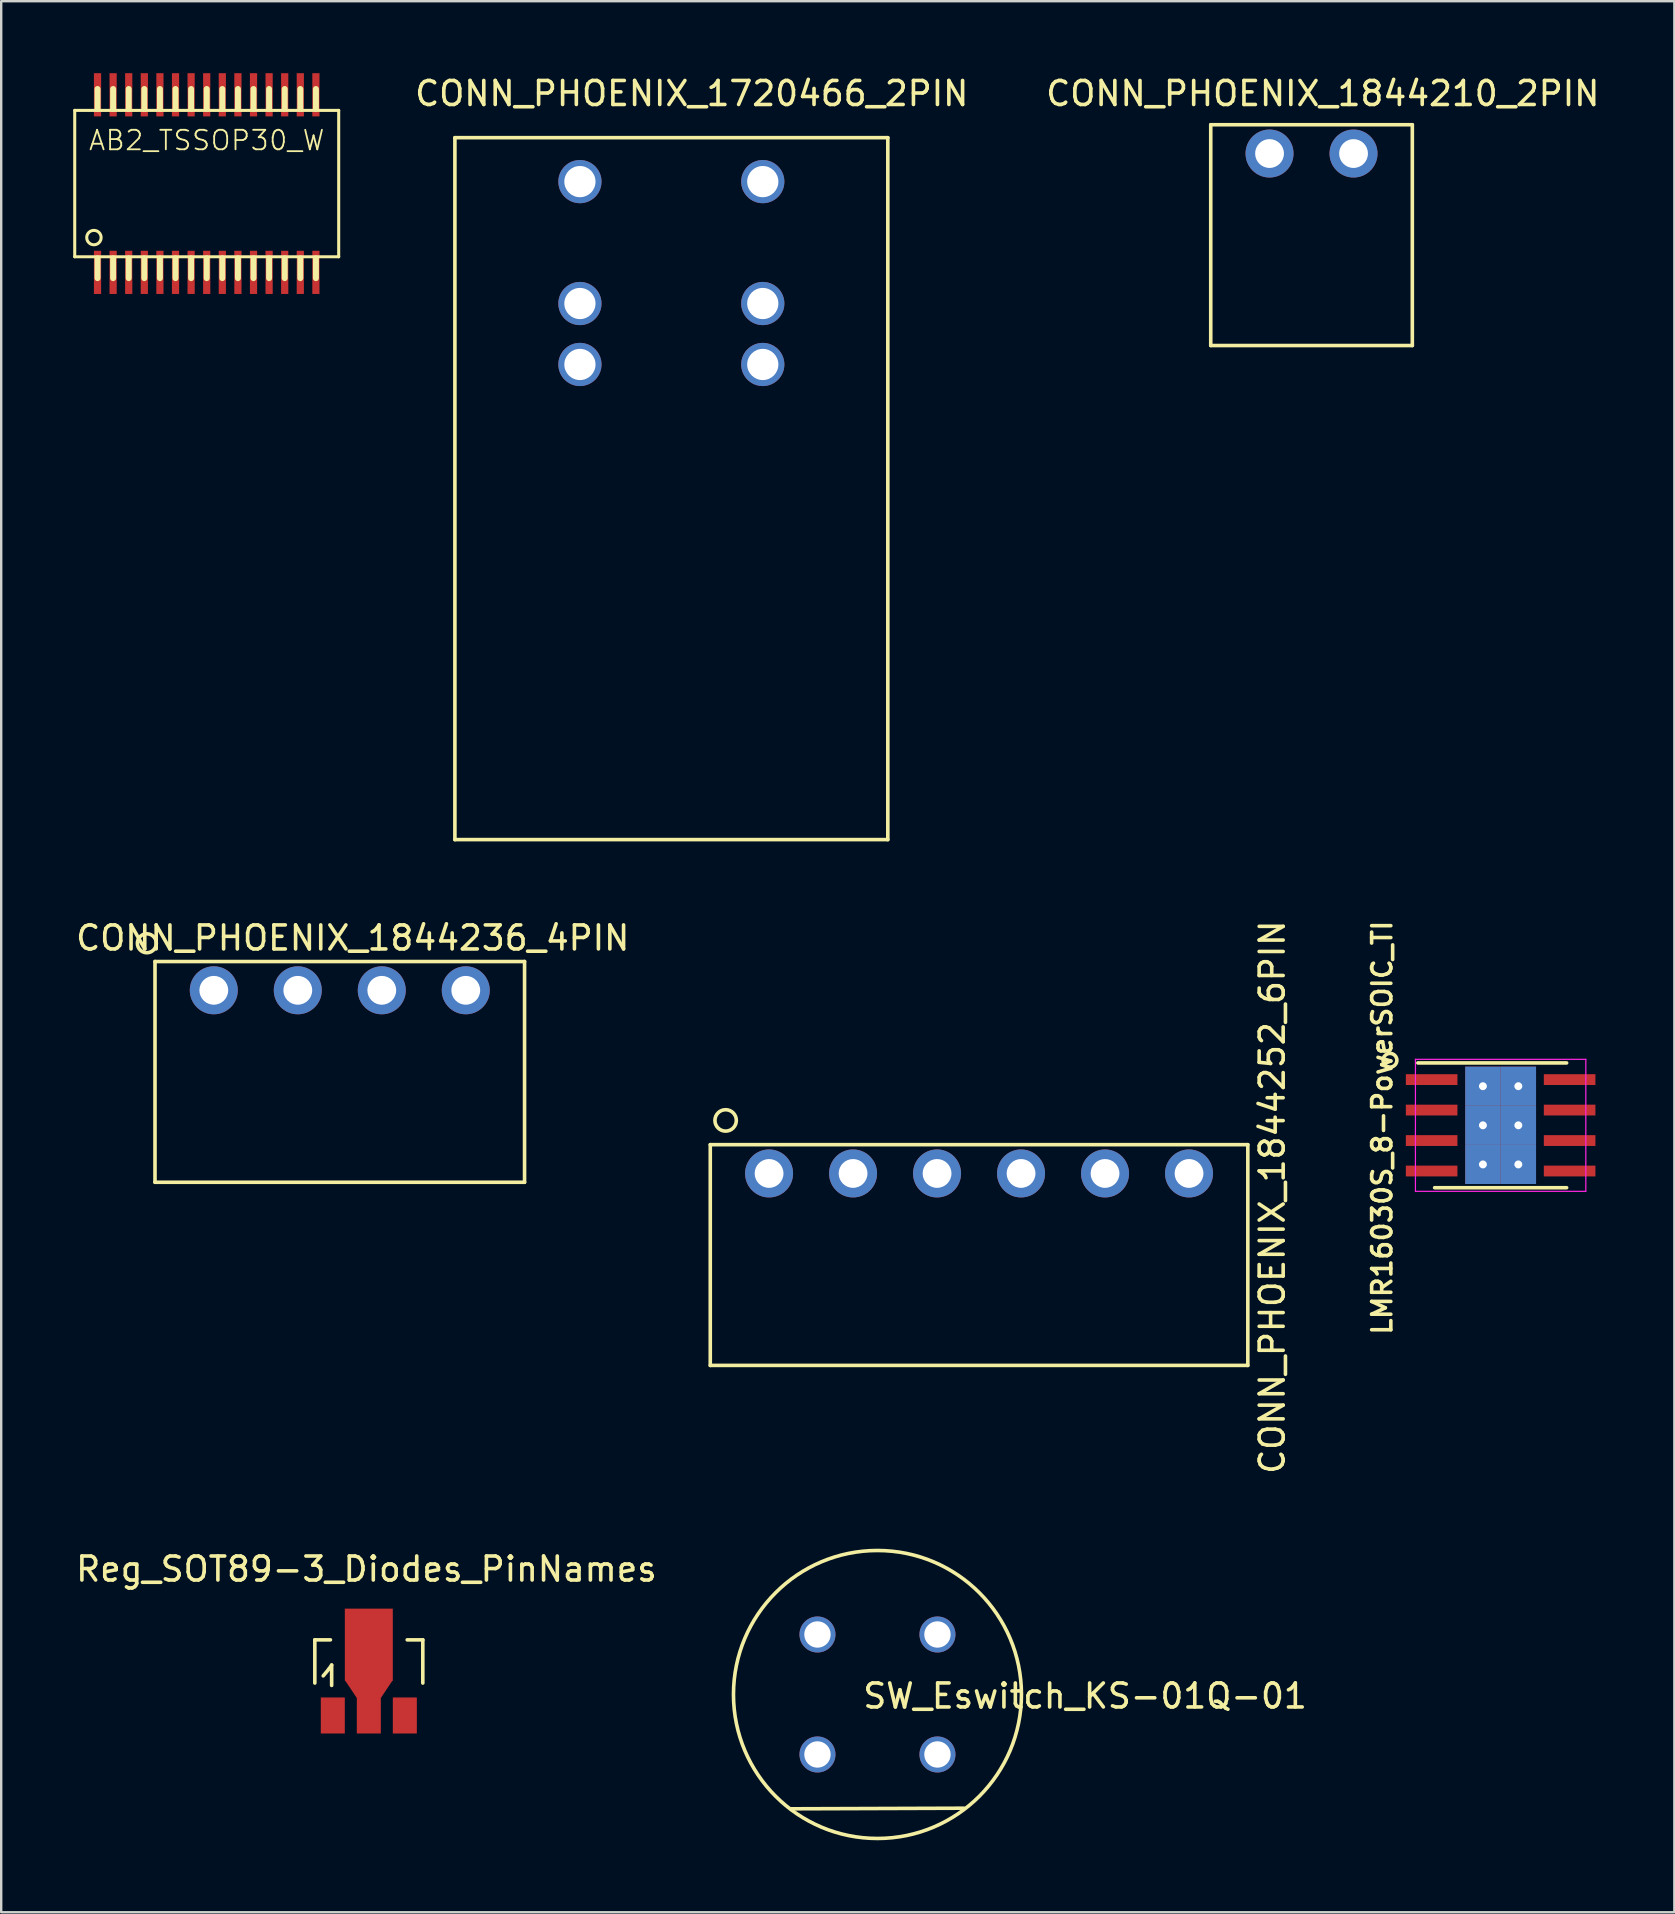
<source format=kicad_pcb>
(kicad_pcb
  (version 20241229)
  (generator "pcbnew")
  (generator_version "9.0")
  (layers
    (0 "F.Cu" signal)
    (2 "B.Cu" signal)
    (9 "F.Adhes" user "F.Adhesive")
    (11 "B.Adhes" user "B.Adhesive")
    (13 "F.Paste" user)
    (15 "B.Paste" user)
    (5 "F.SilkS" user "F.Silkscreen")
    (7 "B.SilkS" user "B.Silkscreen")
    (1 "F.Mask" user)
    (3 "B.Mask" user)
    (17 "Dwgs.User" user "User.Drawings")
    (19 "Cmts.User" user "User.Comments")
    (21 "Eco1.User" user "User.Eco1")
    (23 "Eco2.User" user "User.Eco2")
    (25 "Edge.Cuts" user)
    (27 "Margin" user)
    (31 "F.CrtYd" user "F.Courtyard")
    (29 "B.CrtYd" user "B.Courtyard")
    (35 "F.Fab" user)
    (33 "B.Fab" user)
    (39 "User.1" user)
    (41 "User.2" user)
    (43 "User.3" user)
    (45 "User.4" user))
  (footprint "CONN_PHOENIX_1844236_4PIN"
    (layer "F.Cu")
    (at 3.409 46.217)
    (property "Reference" "CONN_PHOENIX_1844236_4PIN" (at 8.24 -10.18 0) (layer "F.SilkS") (effects (font (size 1 1) (thickness 0.15))))
    (attr through_hole)
    (fp_line (start 0 -9.2) (end 15.4 -9.2) (stroke (width 0.15) (type solid)) (layer "F.SilkS"))
    (fp_line (start 0 0) (end 0 -9.2) (stroke (width 0.15) (type solid)) (layer "F.SilkS"))
    (fp_line (start 0 0) (end 15.4 0) (stroke (width 0.15) (type solid)) (layer "F.SilkS"))
    (fp_line (start 15.4 0) (end 15.4 -9.2) (stroke (width 0.15) (type solid)) (layer "F.SilkS"))
    (fp_circle (center -0.34 -9.96) (end 0.05 -9.9) (stroke (width 0.15) (type solid)) (fill no) (layer "F.SilkS"))
    (pad "1" thru_hole circle (at 2.45 -8) (size 2 2) (drill 1.2) (layers "*.Cu" "*.Mask"))
    (pad "2" thru_hole circle (at 5.95 -8) (size 2 2) (drill 1.2) (layers "*.Cu" "*.Mask"))
    (pad "3" thru_hole circle (at 9.45 -8) (size 2 2) (drill 1.2) (layers "*.Cu" "*.Mask"))
    (pad "4" thru_hole circle (at 12.95 -8) (size 2 2) (drill 1.2) (layers "*.Cu" "*.Mask")))
  (footprint "Reg_SOT89-3_Diodes_PinNames"
    (layer "F.Cu")
    (at 12.319 66.584)
    (property "Reference" "Reg_SOT89-3_Diodes_PinNames" (at -0.099 -4.249 0) (layer "F.SilkS") (effects (font (size 1 1) (thickness 0.15))))
    (attr smd)
    (fp_line (start -2.25 -1.3) (end -2.25 0.5) (stroke (width 0.15) (type solid)) (layer "F.SilkS"))
    (fp_line (start -2.25 -1.3) (end -1.6 -1.3) (stroke (width 0.15) (type solid)) (layer "F.SilkS"))
    (fp_line (start -1.9 0.201) (end -1.651 -0.099) (stroke (width 0.15) (type solid)) (layer "F.SilkS"))
    (fp_line (start -1.651 -0.099) (end -1.549 -0.249) (stroke (width 0.15) (type solid)) (layer "F.SilkS"))
    (fp_line (start -1.549 -0.249) (end -1.549 0.599) (stroke (width 0.15) (type solid)) (layer "F.SilkS"))
    (fp_line (start 2.25 -1.3) (end 1.6 -1.3) (stroke (width 0.15) (type solid)) (layer "F.SilkS"))
    (fp_line (start 2.25 -1.3) (end 2.25 0.5) (stroke (width 0.15) (type solid)) (layer "F.SilkS"))
    (pad "GND" smd rect (at -1.501 1.852) (size 1.001 1.501) (layers "F.Cu" "F.Mask" "F.Paste"))
    (pad "VI" smd rect (at 0 -1.1) (size 1.999 3) (layers "F.Cu" "F.Mask" "F.Paste"))
    (pad "VI" smd trapezoid (at 0 0.749 180) (size 1.501 0.749) (rect_delta 0 0.5) (layers "F.Cu" "F.Mask" "F.Paste"))
    (pad "VI" smd rect (at 0 1.852) (size 1.001 1.501) (layers "F.Cu" "F.Mask" "F.Paste"))
    (pad "VO" smd rect (at 1.501 1.852) (size 1.001 1.501) (layers "F.Cu" "F.Mask" "F.Paste")))
  (footprint "LMR16030S_8-PowerSOIC_TI"
    (layer "F.Cu")
    (at 59.483 43.843)
    (property "Reference" "LMR16030S_8-PowerSOIC_TI" (at -4.938 0.1 90) (layer "F.SilkS") (effects (font (size 0.8 0.8) (thickness 0.15))))
    (attr smd)
    (fp_line (start -3.45 -2.6) (end 2.75 -2.6) (stroke (width 0.15) (type solid)) (layer "F.SilkS"))
    (fp_line (start -2.75 2.6) (end 2.75 2.6) (stroke (width 0.15) (type solid)) (layer "F.SilkS"))
    (fp_circle (center -4.61 -2.71) (end -4.33 -2.65) (stroke (width 0.15) (type solid)) (fill no) (layer "F.SilkS"))
    (fp_line (start -3.55 -2.75) (end -3.55 2.75) (stroke (width 0.05) (type solid)) (layer "F.CrtYd"))
    (fp_line (start -3.55 -2.75) (end 3.55 -2.75) (stroke (width 0.05) (type solid)) (layer "F.CrtYd"))
    (fp_line (start -3.55 2.75) (end 3.55 2.75) (stroke (width 0.05) (type solid)) (layer "F.CrtYd"))
    (fp_line (start 3.55 -2.75) (end 3.55 2.75) (stroke (width 0.05) (type solid)) (layer "F.CrtYd"))
    (pad "1" smd rect (at -2.875 -1.905) (size 2.15 0.45) (layers "F.Cu" "F.Mask" "F.Paste"))
    (pad "2" smd rect (at -2.875 -0.635) (size 2.15 0.45) (layers "F.Cu" "F.Mask" "F.Paste"))
    (pad "3" smd rect (at -2.875 0.635) (size 2.15 0.45) (layers "F.Cu" "F.Mask" "F.Paste"))
    (pad "4" smd rect (at -2.875 1.905) (size 2.15 0.45) (layers "F.Cu" "F.Mask" "F.Paste"))
    (pad "5" smd rect (at 2.875 1.905) (size 2.15 0.45) (layers "F.Cu" "F.Mask" "F.Paste"))
    (pad "6" smd rect (at 2.875 0.635) (size 2.15 0.45) (layers "F.Cu" "F.Mask" "F.Paste"))
    (pad "7" smd rect (at 2.875 -0.635) (size 2.15 0.45) (layers "F.Cu" "F.Mask" "F.Paste"))
    (pad "8" smd rect (at 2.875 -1.905) (size 2.15 0.45) (layers "F.Cu" "F.Mask" "F.Paste"))
    (pad "9" thru_hole rect (at -0.738 -1.63) (size 1.475 1.63) (drill 0.33) (layers "*.Cu" "*.Mask"))
    (pad "9" thru_hole rect (at -0.738 0) (size 1.475 1.63) (drill 0.33) (layers "*.Cu" "*.Mask"))
    (pad "9" thru_hole rect (at -0.738 1.63) (size 1.475 1.63) (drill 0.33) (layers "*.Cu" "*.Mask"))
    (pad "9" thru_hole rect (at 0.738 -1.63) (size 1.475 1.63) (drill 0.33) (layers "*.Cu" "*.Mask"))
    (pad "9" thru_hole rect (at 0.738 0) (size 1.475 1.63) (drill 0.33) (layers "*.Cu" "*.Mask"))
    (pad "9" thru_hole rect (at 0.738 1.63) (size 1.475 1.63) (drill 0.33) (layers "*.Cu" "*.Mask")))
  (footprint "CONN_PHOENIX_1720466_2PIN"
    (layer "F.Cu")
    (at 15.906 31.938)
    (property "Reference" "CONN_PHOENIX_1720466_2PIN" (at 9.87 -31.09 0) (layer "F.SilkS") (effects (font (size 1 1) (thickness 0.15))))
    (attr through_hole)
    (fp_line (start 0 -29.25) (end 18.04 -29.25) (stroke (width 0.15) (type solid)) (layer "F.SilkS"))
    (fp_line (start 0 0) (end 0 -29.25) (stroke (width 0.15) (type solid)) (layer "F.SilkS"))
    (fp_line (start 0 0) (end 18.04 0) (stroke (width 0.15) (type solid)) (layer "F.SilkS"))
    (fp_line (start 18.04 0) (end 18.04 -29.25) (stroke (width 0.15) (type solid)) (layer "F.SilkS"))
    (pad "1" thru_hole circle (at 5.21 -27.42) (size 1.8 1.8) (drill 1.3) (layers "*.Cu" "*.Mask"))
    (pad "1" thru_hole circle (at 5.21 -22.34) (size 1.8 1.8) (drill 1.3) (layers "*.Cu" "*.Mask"))
    (pad "1" thru_hole circle (at 5.21 -19.8) (size 1.8 1.8) (drill 1.3) (layers "*.Cu" "*.Mask"))
    (pad "2" thru_hole circle (at 12.83 -27.42) (size 1.8 1.8) (drill 1.3) (layers "*.Cu" "*.Mask"))
    (pad "3" thru_hole circle (at 12.83 -22.34) (size 1.8 1.8) (drill 1.3) (layers "*.Cu" "*.Mask"))
    (pad "4" thru_hole circle (at 12.83 -19.8) (size 1.8 1.8) (drill 1.3) (layers "*.Cu" "*.Mask")))
  (footprint "CONN_PHOENIX_1844252_6PIN"
    (layer "F.Cu")
    (at 26.548 53.849)
    (property "Reference" "CONN_PHOENIX_1844252_6PIN" (at 23.418 -7.012 90) (layer "F.SilkS") (effects (font (size 1 1) (thickness 0.15))))
    (attr through_hole)
    (fp_line (start 0 -9.2) (end 22.4 -9.2) (stroke (width 0.15) (type solid)) (layer "F.SilkS"))
    (fp_line (start 0 0) (end 0 -9.2) (stroke (width 0.15) (type solid)) (layer "F.SilkS"))
    (fp_line (start 0 0) (end 22.4 0) (stroke (width 0.15) (type solid)) (layer "F.SilkS"))
    (fp_line (start 22.4 0) (end 22.4 -9.2) (stroke (width 0.15) (type solid)) (layer "F.SilkS"))
    (fp_circle (center 0.64 -10.21) (end 0.94 -9.88) (stroke (width 0.15) (type solid)) (fill no) (layer "F.SilkS"))
    (pad "1" thru_hole circle (at 2.45 -8) (size 2 2) (drill 1.2) (layers "*.Cu" "*.Mask"))
    (pad "2" thru_hole circle (at 5.95 -8) (size 2 2) (drill 1.2) (layers "*.Cu" "*.Mask"))
    (pad "3" thru_hole circle (at 9.45 -8) (size 2 2) (drill 1.2) (layers "*.Cu" "*.Mask"))
    (pad "4" thru_hole circle (at 12.95 -8) (size 2 2) (drill 1.2) (layers "*.Cu" "*.Mask"))
    (pad "5" thru_hole circle (at 16.45 -8) (size 2 2) (drill 1.2) (layers "*.Cu" "*.Mask"))
    (pad "6" thru_hole circle (at 19.95 -8) (size 2 2) (drill 1.2) (layers "*.Cu" "*.Mask")))
  (footprint "SW_Eswitch_KS-01Q-01"
    (layer "F.Cu")
    (at 31.015 65.061)
    (property "Reference" "SW_Eswitch_KS-01Q-01" (at 11.151 2.565 0) (layer "F.SilkS") (effects (font (size 1 1) (thickness 0.15))))
    (attr through_hole)
    (fp_line (start -1.118 7.264) (end 6.096 7.239) (stroke (width 0.15) (type solid)) (layer "F.SilkS"))
    (fp_circle (center 2.5 2.5) (end 2.5 -3.5) (stroke (width 0.15) (type solid)) (fill no) (layer "F.SilkS"))
    (pad "1" thru_hole circle (at 5 0) (size 1.5 1.5) (drill 1.1) (layers "*.Cu" "*.Mask"))
    (pad "2" thru_hole circle (at 0 0) (size 1.5 1.5) (drill 1.1) (layers "*.Cu" "*.Mask"))
    (pad "3" thru_hole circle (at 5 5) (size 1.5 1.5) (drill 1.1) (layers "*.Cu" "*.Mask"))
    (pad "4" thru_hole circle (at 0 5) (size 1.5 1.5) (drill 1.1) (layers "*.Cu" "*.Mask")))
  (footprint "AB2_TSSOP30_W"
    (layer "F.Cu")
    (at 5.564 4.6)
    (property "Reference" "AB2_TSSOP30_W" (at 0 -1.8 0) (layer "F.SilkS") (effects (font (size 0.813 0.813) (thickness 0.076))))
    (attr through_hole)
    (fp_line (start -5.5 -3.05) (end 5.5 -3.05) (stroke (width 0.127) (type solid)) (layer "F.SilkS"))
    (fp_line (start -5.5 3.05) (end -5.5 -3.05) (stroke (width 0.127) (type solid)) (layer "F.SilkS"))
    (fp_line (start -4.55 -3.12) (end -4.55 -3.94) (stroke (width 0.25) (type solid)) (layer "F.SilkS"))
    (fp_line (start -4.55 3.12) (end -4.55 3.94) (stroke (width 0.25) (type solid)) (layer "F.SilkS"))
    (fp_line (start -3.9 -3.12) (end -3.9 -3.94) (stroke (width 0.25) (type solid)) (layer "F.SilkS"))
    (fp_line (start -3.9 3.12) (end -3.9 3.94) (stroke (width 0.25) (type solid)) (layer "F.SilkS"))
    (fp_line (start -3.25 -3.12) (end -3.25 -3.94) (stroke (width 0.25) (type solid)) (layer "F.SilkS"))
    (fp_line (start -3.25 3.12) (end -3.25 3.94) (stroke (width 0.25) (type solid)) (layer "F.SilkS"))
    (fp_line (start -2.6 -3.12) (end -2.6 -3.94) (stroke (width 0.25) (type solid)) (layer "F.SilkS"))
    (fp_line (start -2.6 3.12) (end -2.6 3.94) (stroke (width 0.25) (type solid)) (layer "F.SilkS"))
    (fp_line (start -1.95 -3.12) (end -1.95 -3.94) (stroke (width 0.25) (type solid)) (layer "F.SilkS"))
    (fp_line (start -1.95 3.12) (end -1.95 3.94) (stroke (width 0.25) (type solid)) (layer "F.SilkS"))
    (fp_line (start -1.3 -3.12) (end -1.3 -3.94) (stroke (width 0.25) (type solid)) (layer "F.SilkS"))
    (fp_line (start -1.3 3.12) (end -1.3 3.94) (stroke (width 0.25) (type solid)) (layer "F.SilkS"))
    (fp_line (start -0.65 -3.12) (end -0.65 -3.94) (stroke (width 0.25) (type solid)) (layer "F.SilkS"))
    (fp_line (start -0.65 3.12) (end -0.65 3.94) (stroke (width 0.25) (type solid)) (layer "F.SilkS"))
    (fp_line (start 0 -3.12) (end 0 -3.94) (stroke (width 0.25) (type solid)) (layer "F.SilkS"))
    (fp_line (start 0 3.12) (end 0 3.94) (stroke (width 0.25) (type solid)) (layer "F.SilkS"))
    (fp_line (start 0.65 -3.12) (end 0.65 -3.94) (stroke (width 0.25) (type solid)) (layer "F.SilkS"))
    (fp_line (start 0.65 3.12) (end 0.65 3.94) (stroke (width 0.25) (type solid)) (layer "F.SilkS"))
    (fp_line (start 1.3 -3.12) (end 1.3 -3.94) (stroke (width 0.25) (type solid)) (layer "F.SilkS"))
    (fp_line (start 1.3 3.12) (end 1.3 3.94) (stroke (width 0.25) (type solid)) (layer "F.SilkS"))
    (fp_line (start 1.95 -3.12) (end 1.95 -3.94) (stroke (width 0.25) (type solid)) (layer "F.SilkS"))
    (fp_line (start 1.95 3.12) (end 1.95 3.94) (stroke (width 0.25) (type solid)) (layer "F.SilkS"))
    (fp_line (start 2.6 -3.12) (end 2.6 -3.94) (stroke (width 0.25) (type solid)) (layer "F.SilkS"))
    (fp_line (start 2.6 3.12) (end 2.6 3.94) (stroke (width 0.25) (type solid)) (layer "F.SilkS"))
    (fp_line (start 3.25 -3.12) (end 3.25 -3.94) (stroke (width 0.25) (type solid)) (layer "F.SilkS"))
    (fp_line (start 3.25 3.12) (end 3.25 3.94) (stroke (width 0.25) (type solid)) (layer "F.SilkS"))
    (fp_line (start 3.9 -3.12) (end 3.9 -3.94) (stroke (width 0.25) (type solid)) (layer "F.SilkS"))
    (fp_line (start 3.9 3.12) (end 3.9 3.94) (stroke (width 0.25) (type solid)) (layer "F.SilkS"))
    (fp_line (start 4.55 -3.12) (end 4.55 -3.94) (stroke (width 0.25) (type solid)) (layer "F.SilkS"))
    (fp_line (start 4.55 3.12) (end 4.55 3.94) (stroke (width 0.25) (type solid)) (layer "F.SilkS"))
    (fp_line (start 5.5 -3.05) (end 5.5 3.05) (stroke (width 0.127) (type solid)) (layer "F.SilkS"))
    (fp_line (start 5.5 3.05) (end -5.5 3.05) (stroke (width 0.127) (type solid)) (layer "F.SilkS"))
    (fp_circle (center -4.7 2.25) (end -4.7 1.95) (stroke (width 0.127) (type solid)) (fill no) (layer "F.SilkS"))
    (pad "1" smd rect (at -4.55 3.7) (size 0.3 1.8) (layers "F.Cu" "F.Mask" "F.Paste"))
    (pad "2" smd rect (at -3.9 3.7) (size 0.3 1.8) (layers "F.Cu" "F.Mask" "F.Paste"))
    (pad "3" smd rect (at -3.25 3.7) (size 0.3 1.8) (layers "F.Cu" "F.Mask" "F.Paste"))
    (pad "4" smd rect (at -2.6 3.7) (size 0.3 1.8) (layers "F.Cu" "F.Mask" "F.Paste"))
    (pad "5" smd rect (at -1.95 3.7) (size 0.3 1.8) (layers "F.Cu" "F.Mask" "F.Paste"))
    (pad "6" smd rect (at -1.3 3.7) (size 0.3 1.8) (layers "F.Cu" "F.Mask" "F.Paste"))
    (pad "7" smd rect (at -0.65 3.7) (size 0.3 1.8) (layers "F.Cu" "F.Mask" "F.Paste"))
    (pad "8" smd rect (at 0 3.7) (size 0.3 1.8) (layers "F.Cu" "F.Mask" "F.Paste"))
    (pad "9" smd rect (at 0.65 3.7) (size 0.3 1.8) (layers "F.Cu" "F.Mask" "F.Paste"))
    (pad "10" smd rect (at 1.3 3.7) (size 0.3 1.8) (layers "F.Cu" "F.Mask" "F.Paste"))
    (pad "11" smd rect (at 1.95 3.7) (size 0.3 1.8) (layers "F.Cu" "F.Mask" "F.Paste"))
    (pad "12" smd rect (at 2.6 3.7) (size 0.3 1.8) (layers "F.Cu" "F.Mask" "F.Paste"))
    (pad "13" smd rect (at 3.25 3.7) (size 0.3 1.8) (layers "F.Cu" "F.Mask" "F.Paste"))
    (pad "14" smd rect (at 3.9 3.7) (size 0.3 1.8) (layers "F.Cu" "F.Mask" "F.Paste"))
    (pad "15" smd rect (at 4.55 3.7) (size 0.3 1.8) (layers "F.Cu" "F.Mask" "F.Paste"))
    (pad "16" smd rect (at 4.55 -3.7) (size 0.3 1.8) (layers "F.Cu" "F.Mask" "F.Paste"))
    (pad "17" smd rect (at 3.9 -3.7) (size 0.3 1.8) (layers "F.Cu" "F.Mask" "F.Paste"))
    (pad "18" smd rect (at 3.25 -3.7) (size 0.3 1.8) (layers "F.Cu" "F.Mask" "F.Paste"))
    (pad "19" smd rect (at 2.6 -3.7) (size 0.3 1.8) (layers "F.Cu" "F.Mask" "F.Paste"))
    (pad "20" smd rect (at 1.95 -3.7) (size 0.3 1.8) (layers "F.Cu" "F.Mask" "F.Paste"))
    (pad "21" smd rect (at 1.3 -3.7) (size 0.3 1.8) (layers "F.Cu" "F.Mask" "F.Paste"))
    (pad "22" smd rect (at 0.65 -3.7) (size 0.3 1.8) (layers "F.Cu" "F.Mask" "F.Paste"))
    (pad "23" smd rect (at 0 -3.7) (size 0.3 1.8) (layers "F.Cu" "F.Mask" "F.Paste"))
    (pad "24" smd rect (at -0.65 -3.7) (size 0.3 1.8) (layers "F.Cu" "F.Mask" "F.Paste"))
    (pad "25" smd rect (at -1.3 -3.7) (size 0.3 1.8) (layers "F.Cu" "F.Mask" "F.Paste"))
    (pad "26" smd rect (at -1.95 -3.7) (size 0.3 1.8) (layers "F.Cu" "F.Mask" "F.Paste"))
    (pad "27" smd rect (at -2.6 -3.7) (size 0.3 1.8) (layers "F.Cu" "F.Mask" "F.Paste"))
    (pad "28" smd rect (at -3.25 -3.7) (size 0.3 1.8) (layers "F.Cu" "F.Mask" "F.Paste"))
    (pad "29" smd rect (at -3.9 -3.7) (size 0.3 1.8) (layers "F.Cu" "F.Mask" "F.Paste"))
    (pad "30" smd rect (at -4.55 -3.7) (size 0.3 1.8) (layers "F.Cu" "F.Mask" "F.Paste")))
  (footprint "CONN_PHOENIX_1844210_2PIN"
    (layer "F.Cu")
    (at 47.403 11.348)
    (property "Reference" "CONN_PHOENIX_1844210_2PIN" (at 4.67 -10.5 0) (layer "F.SilkS") (effects (font (size 1 1) (thickness 0.15))))
    (attr through_hole)
    (fp_line (start 0 -9.2) (end 8.4 -9.2) (stroke (width 0.15) (type solid)) (layer "F.SilkS"))
    (fp_line (start 0 0) (end 0 -9.2) (stroke (width 0.15) (type solid)) (layer "F.SilkS"))
    (fp_line (start 0 0) (end 8.4 0) (stroke (width 0.15) (type solid)) (layer "F.SilkS"))
    (fp_line (start 8.4 0) (end 8.4 -9.2) (stroke (width 0.15) (type solid)) (layer "F.SilkS"))
    (pad "1" thru_hole circle (at 2.45 -8) (size 2 2) (drill 1.2) (layers "*.Cu" "*.Mask"))
    (pad "2" thru_hole circle (at 5.95 -8) (size 2 2) (drill 1.2) (layers "*.Cu" "*.Mask")))
  (gr_rect
    (start -3 -3)
    (end 66.722 76.636)
    (stroke (width 0.1) (type default))
    (fill no)
    (layer "Edge.Cuts")))
</source>
